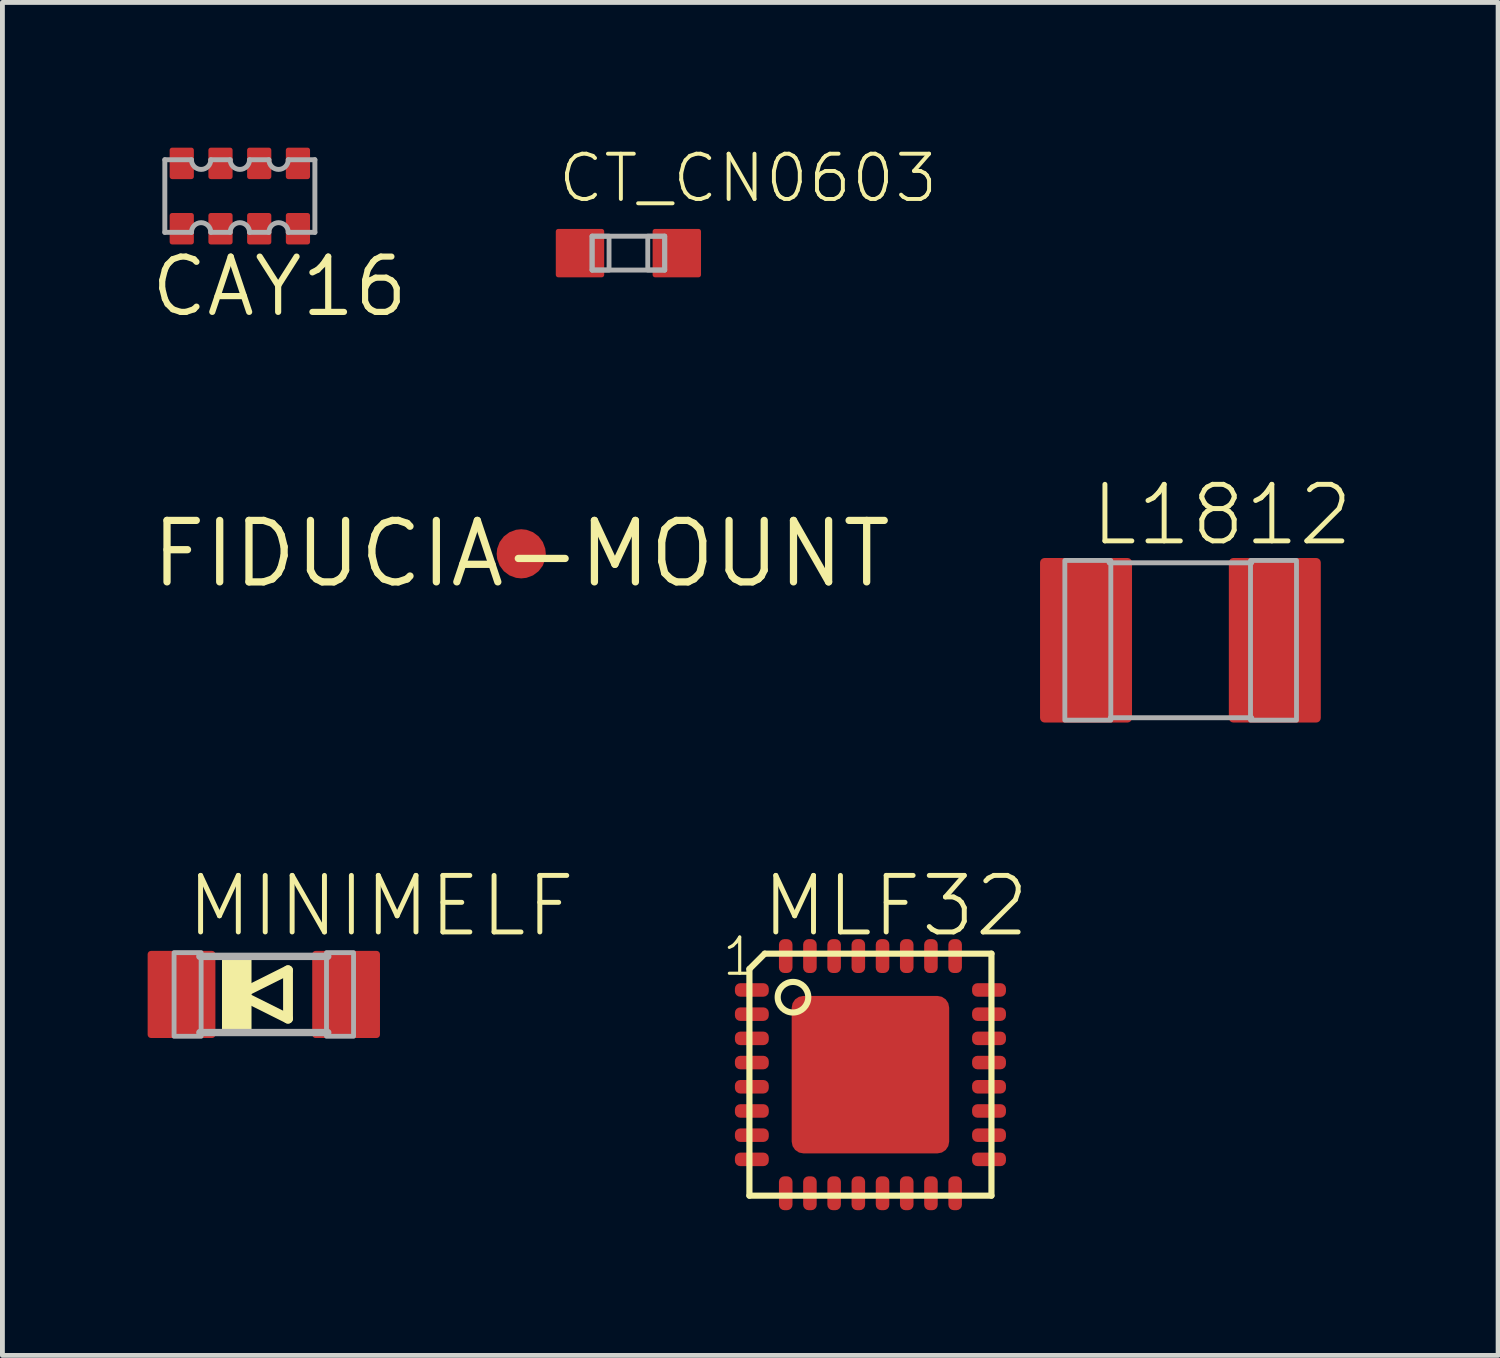
<source format=kicad_pcb>
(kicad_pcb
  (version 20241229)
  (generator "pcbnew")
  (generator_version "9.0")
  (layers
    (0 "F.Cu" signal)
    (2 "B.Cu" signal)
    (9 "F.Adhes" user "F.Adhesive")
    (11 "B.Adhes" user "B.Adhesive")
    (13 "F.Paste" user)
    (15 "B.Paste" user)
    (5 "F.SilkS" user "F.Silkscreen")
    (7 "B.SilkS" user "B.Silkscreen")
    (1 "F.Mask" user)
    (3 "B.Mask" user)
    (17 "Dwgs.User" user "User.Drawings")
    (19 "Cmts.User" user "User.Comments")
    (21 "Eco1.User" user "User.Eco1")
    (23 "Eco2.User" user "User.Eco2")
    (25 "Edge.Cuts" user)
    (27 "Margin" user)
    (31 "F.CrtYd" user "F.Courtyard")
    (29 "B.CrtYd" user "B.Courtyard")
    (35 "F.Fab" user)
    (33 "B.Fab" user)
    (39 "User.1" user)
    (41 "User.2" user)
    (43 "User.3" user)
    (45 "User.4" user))
  (footprint "MINIMELF"
    (layer "F.Cu")
    (at 2.4 17.494)
    (property "Reference" "MINIMELF" (at -1.651 -1.143 0) (layer "F.SilkS") (effects (font (size 1.168 1.168) (thickness 0.102)) (justify left bottom)))
    (fp_line (start -0.5 0) (end 0.5 0.5) (stroke (width 0.203) (type solid)) (layer "F.SilkS"))
    (fp_line (start 0.5 -0.5) (end -0.5 0) (stroke (width 0.203) (type solid)) (layer "F.SilkS"))
    (fp_line (start 0.5 0.5) (end 0.5 -0.5) (stroke (width 0.203) (type solid)) (layer "F.SilkS"))
    (fp_poly (pts (xy -0.864 0.787) (xy -0.254 0.787) (xy -0.254 -0.787) (xy -0.864 -0.787)) (stroke (width 0) (type solid)) (fill yes) (layer "F.SilkS"))
    (fp_line (start 1.321 -0.787) (end -1.321 -0.787) (stroke (width 0.152) (type solid)) (layer "F.Fab"))
    (fp_line (start 1.321 0.787) (end -1.321 0.787) (stroke (width 0.152) (type solid)) (layer "F.Fab"))
    (fp_poly (pts (xy -1.854 0.864) (xy -1.295 0.864) (xy -1.295 -0.864) (xy -1.854 -0.864)) (stroke (width 0.1) (type solid)) (fill no) (layer "F.Fab"))
    (fp_poly (pts (xy 1.295 0.864) (xy 1.854 0.864) (xy 1.854 -0.864) (xy 1.295 -0.864)) (stroke (width 0.1) (type solid)) (fill no) (layer "F.Fab"))
    (pad "A" smd roundrect (at 1.7 0) (size 1.4 1.8) (layers "F.Cu" "F.Mask" "F.Paste") (roundrect_rratio 0.05))
    (pad "C" smd roundrect (at -1.7 0) (size 1.4 1.8) (layers "F.Cu" "F.Mask" "F.Paste") (roundrect_rratio 0.05)))
  (footprint "L1812"
    (layer "F.Cu")
    (at 21.336 10.177)
    (property "Reference" "L1812" (at -1.905 -1.905 0) (layer "F.SilkS") (effects (font (size 1.168 1.168) (thickness 0.102)) (justify left bottom)))
    (fp_line (start -1.473 -1.6) (end 1.473 -1.6) (stroke (width 0.102) (type solid)) (layer "F.Fab"))
    (fp_line (start -1.448 1.6) (end 1.473 1.6) (stroke (width 0.102) (type solid)) (layer "F.Fab"))
    (fp_poly (pts (xy -2.388 1.651) (xy -1.438 1.651) (xy -1.438 -1.649) (xy -2.388 -1.649)) (stroke (width 0.1) (type solid)) (fill no) (layer "F.Fab"))
    (fp_poly (pts (xy 1.448 1.651) (xy 2.398 1.651) (xy 2.398 -1.649) (xy 1.448 -1.649)) (stroke (width 0.1) (type solid)) (fill no) (layer "F.Fab"))
    (pad "1" smd roundrect (at -1.95 0) (size 1.9 3.4) (layers "F.Cu" "F.Mask" "F.Paste") (roundrect_rratio 0.05))
    (pad "2" smd roundrect (at 1.95 0) (size 1.9 3.4) (layers "F.Cu" "F.Mask" "F.Paste") (roundrect_rratio 0.05)))
  (footprint "MLF32"
    (layer "F.Cu")
    (at 14.932 19.151)
    (property "Reference" "MLF32" (at -2.3 -2.8 0) (layer "F.SilkS") (effects (font (size 1.168 1.168) (thickness 0.102)) (justify left bottom)))
    (fp_poly (pts (xy 0.232 -1.313) (xy 0.456 -1.253) (xy 0.667 -1.155) (xy 0.857 -1.022) (xy 1.022 -0.857) (xy 1.155 -0.667) (xy 1.254 -0.454) (xy 1.334 -0.003) (xy 1.313 0.232) (xy 1.253 0.456) (xy 1.155 0.667) (xy 1.022 0.857) (xy 0.857 1.022) (xy 0.667 1.155) (xy 0.456 1.253) (xy 0.232 1.313) (xy 0 1.334) (xy -0.232 1.313) (xy -0.456 1.253) (xy -0.667 1.155) (xy -0.857 1.022) (xy -1.022 0.857) (xy -1.155 0.667) (xy -1.253 0.456) (xy -1.313 0.232) (xy -1.334 0) (xy -1.313 -0.232) (xy -1.253 -0.456) (xy -1.155 -0.667) (xy -1.022 -0.857) (xy -0.857 -1.022) (xy -0.667 -1.155) (xy -0.456 -1.253) (xy -0.232 -1.313) (xy 0 -1.334)) (stroke (width 0) (type solid)) (fill yes) (layer "F.Mask"))
    (fp_line (start -2.5 -2.183) (end -2.5 2.5) (stroke (width 0.127) (type solid)) (layer "F.SilkS"))
    (fp_line (start -2.5 2.5) (end 2.5 2.5) (stroke (width 0.127) (type solid)) (layer "F.SilkS"))
    (fp_line (start -2.183 -2.5) (end -2.5 -2.183) (stroke (width 0.127) (type solid)) (layer "F.SilkS"))
    (fp_line (start 2.5 -2.5) (end -2.183 -2.5) (stroke (width 0.127) (type solid)) (layer "F.SilkS"))
    (fp_line (start 2.5 2.5) (end 2.5 -2.5) (stroke (width 0.127) (type solid)) (layer "F.SilkS"))
    (fp_circle (center -1.6 -1.6) (end -1.284 -1.6) (stroke (width 0.127) (type solid)) (fill no) (layer "F.SilkS"))
    (fp_poly (pts (xy -0.635 0.635) (xy 0.635 0.635) (xy 0.635 -0.635) (xy -0.635 -0.635)) (stroke (width 0) (type solid)) (fill yes) (layer "F.Paste"))
    (fp_text user "1" (at -3.1 -2 0) (layer "F.SilkS") (effects (font (size 0.748 0.748) (thickness 0.065)) (justify left bottom)))
    (pad "1" smd roundrect (at -2.45 -1.75 90) (size 0.28 0.7) (layers "F.Cu" "F.Mask" "F.Paste") (roundrect_rratio 0.4))
    (pad "2" smd roundrect (at -2.45 -1.25 90) (size 0.28 0.7) (layers "F.Cu" "F.Mask" "F.Paste") (roundrect_rratio 0.4))
    (pad "3" smd roundrect (at -2.45 -0.75 90) (size 0.28 0.7) (layers "F.Cu" "F.Mask" "F.Paste") (roundrect_rratio 0.4))
    (pad "4" smd roundrect (at -2.45 -0.25 90) (size 0.28 0.7) (layers "F.Cu" "F.Mask" "F.Paste") (roundrect_rratio 0.4))
    (pad "5" smd roundrect (at -2.45 0.25 90) (size 0.28 0.7) (layers "F.Cu" "F.Mask" "F.Paste") (roundrect_rratio 0.4))
    (pad "6" smd roundrect (at -2.45 0.75 90) (size 0.28 0.7) (layers "F.Cu" "F.Mask" "F.Paste") (roundrect_rratio 0.4))
    (pad "7" smd roundrect (at -2.45 1.25 90) (size 0.28 0.7) (layers "F.Cu" "F.Mask" "F.Paste") (roundrect_rratio 0.4))
    (pad "8" smd roundrect (at -2.45 1.75 90) (size 0.28 0.7) (layers "F.Cu" "F.Mask" "F.Paste") (roundrect_rratio 0.4))
    (pad "9" smd roundrect (at -1.75 2.45 180) (size 0.28 0.7) (layers "F.Cu" "F.Mask" "F.Paste") (roundrect_rratio 0.4))
    (pad "10" smd roundrect (at -1.25 2.45 180) (size 0.28 0.7) (layers "F.Cu" "F.Mask" "F.Paste") (roundrect_rratio 0.4))
    (pad "11" smd roundrect (at -0.75 2.45 180) (size 0.28 0.7) (layers "F.Cu" "F.Mask" "F.Paste") (roundrect_rratio 0.4))
    (pad "12" smd roundrect (at -0.25 2.45 180) (size 0.28 0.7) (layers "F.Cu" "F.Mask" "F.Paste") (roundrect_rratio 0.4))
    (pad "13" smd roundrect (at 0.25 2.45 180) (size 0.28 0.7) (layers "F.Cu" "F.Mask" "F.Paste") (roundrect_rratio 0.4))
    (pad "14" smd roundrect (at 0.75 2.45 180) (size 0.28 0.7) (layers "F.Cu" "F.Mask" "F.Paste") (roundrect_rratio 0.4))
    (pad "15" smd roundrect (at 1.25 2.45 180) (size 0.28 0.7) (layers "F.Cu" "F.Mask" "F.Paste") (roundrect_rratio 0.4))
    (pad "16" smd roundrect (at 1.75 2.45 180) (size 0.28 0.7) (layers "F.Cu" "F.Mask" "F.Paste") (roundrect_rratio 0.4))
    (pad "17" smd roundrect (at 2.45 1.75 90) (size 0.28 0.7) (layers "F.Cu" "F.Mask" "F.Paste") (roundrect_rratio 0.4))
    (pad "18" smd roundrect (at 2.45 1.25 90) (size 0.28 0.7) (layers "F.Cu" "F.Mask" "F.Paste") (roundrect_rratio 0.4))
    (pad "19" smd roundrect (at 2.45 0.75 90) (size 0.28 0.7) (layers "F.Cu" "F.Mask" "F.Paste") (roundrect_rratio 0.4))
    (pad "20" smd roundrect (at 2.45 0.25 90) (size 0.28 0.7) (layers "F.Cu" "F.Mask" "F.Paste") (roundrect_rratio 0.4))
    (pad "21" smd roundrect (at 2.45 -0.25 90) (size 0.28 0.7) (layers "F.Cu" "F.Mask" "F.Paste") (roundrect_rratio 0.4))
    (pad "22" smd roundrect (at 2.45 -0.75 90) (size 0.28 0.7) (layers "F.Cu" "F.Mask" "F.Paste") (roundrect_rratio 0.4))
    (pad "23" smd roundrect (at 2.45 -1.25 90) (size 0.28 0.7) (layers "F.Cu" "F.Mask" "F.Paste") (roundrect_rratio 0.4))
    (pad "24" smd roundrect (at 2.45 -1.75 90) (size 0.28 0.7) (layers "F.Cu" "F.Mask" "F.Paste") (roundrect_rratio 0.4))
    (pad "25" smd roundrect (at 1.75 -2.45 180) (size 0.28 0.7) (layers "F.Cu" "F.Mask" "F.Paste") (roundrect_rratio 0.4))
    (pad "26" smd roundrect (at 1.25 -2.45 180) (size 0.28 0.7) (layers "F.Cu" "F.Mask" "F.Paste") (roundrect_rratio 0.4))
    (pad "27" smd roundrect (at 0.75 -2.45 180) (size 0.28 0.7) (layers "F.Cu" "F.Mask" "F.Paste") (roundrect_rratio 0.4))
    (pad "28" smd roundrect (at 0.25 -2.45 180) (size 0.28 0.7) (layers "F.Cu" "F.Mask" "F.Paste") (roundrect_rratio 0.4))
    (pad "29" smd roundrect (at -0.25 -2.45 180) (size 0.28 0.7) (layers "F.Cu" "F.Mask" "F.Paste") (roundrect_rratio 0.4))
    (pad "30" smd roundrect (at -0.75 -2.45 180) (size 0.28 0.7) (layers "F.Cu" "F.Mask" "F.Paste") (roundrect_rratio 0.4))
    (pad "31" smd roundrect (at -1.25 -2.45 180) (size 0.28 0.7) (layers "F.Cu" "F.Mask" "F.Paste") (roundrect_rratio 0.4))
    (pad "32" smd roundrect (at -1.75 -2.45 180) (size 0.28 0.7) (layers "F.Cu" "F.Mask" "F.Paste") (roundrect_rratio 0.4))
    (pad "33" smd roundrect (at 0 0 180) (size 3.254 3.254) (layers "F.Cu") (roundrect_rratio 0.075)))
  (footprint "CT_CN0603"
    (layer "F.Cu")
    (at 9.932 2.179)
    (property "Reference" "CT_CN0603" (at -1.5 -1 0) (layer "F.SilkS") (effects (font (size 0.935 0.935) (thickness 0.081)) (justify left bottom)))
    (fp_line (start -0.75 -0.35) (end 0.75 -0.35) (stroke (width 0.102) (type solid)) (layer "F.Fab"))
    (fp_line (start -0.75 0.35) (end -0.75 -0.35) (stroke (width 0.102) (type solid)) (layer "F.Fab"))
    (fp_line (start 0.75 -0.35) (end 0.75 0.35) (stroke (width 0.102) (type solid)) (layer "F.Fab"))
    (fp_line (start 0.75 0.35) (end -0.75 0.35) (stroke (width 0.102) (type solid)) (layer "F.Fab"))
    (fp_poly (pts (xy -0.75 0.35) (xy -0.4 0.35) (xy -0.4 -0.35) (xy -0.75 -0.35)) (stroke (width 0.1) (type solid)) (fill no) (layer "F.Fab"))
    (fp_poly (pts (xy 0.75 -0.35) (xy 0.4 -0.35) (xy 0.4 0.35) (xy 0.75 0.35)) (stroke (width 0.1) (type solid)) (fill no) (layer "F.Fab"))
    (pad "1" smd roundrect (at -1 0) (size 1 1) (layers "F.Cu" "F.Mask" "F.Paste") (roundrect_rratio 0.051))
    (pad "2" smd roundrect (at 1 0) (size 1 1) (layers "F.Cu" "F.Mask" "F.Paste") (roundrect_rratio 0.051)))
  (footprint "CAY16"
    (layer "F.Cu")
    (at 1.905 1)
    (property "Reference" "CAY16" (at -1.905 2.54 0) (layer "F.SilkS") (effects (font (size 1.143 1.143) (thickness 0.127)) (justify left bottom)))
    (fp_line (start -1.55 -0.75) (end -1 -0.75) (stroke (width 0.102) (type solid)) (layer "F.Fab"))
    (fp_line (start -1.55 0.75) (end -1.55 -0.75) (stroke (width 0.102) (type solid)) (layer "F.Fab"))
    (fp_line (start -1 0.75) (end -1.55 0.75) (stroke (width 0.102) (type solid)) (layer "F.Fab"))
    (fp_line (start -0.6 -0.75) (end -0.2 -0.75) (stroke (width 0.102) (type solid)) (layer "F.Fab"))
    (fp_line (start -0.2 0.75) (end -0.6 0.75) (stroke (width 0.102) (type solid)) (layer "F.Fab"))
    (fp_line (start 0.2 -0.75) (end 0.6 -0.75) (stroke (width 0.102) (type solid)) (layer "F.Fab"))
    (fp_line (start 0.6 0.75) (end 0.2 0.75) (stroke (width 0.102) (type solid)) (layer "F.Fab"))
    (fp_line (start 1 -0.75) (end 1.55 -0.75) (stroke (width 0.102) (type solid)) (layer "F.Fab"))
    (fp_line (start 1.55 -0.75) (end 1.55 0.75) (stroke (width 0.102) (type solid)) (layer "F.Fab"))
    (fp_line (start 1.55 0.75) (end 1 0.75) (stroke (width 0.102) (type solid)) (layer "F.Fab"))
    (fp_arc (start -1 0.75) (mid -0.8 0.55) (end -0.6 0.75) (stroke (width 0.1016) (type solid)) (layer "F.Fab"))
    (fp_arc (start -0.6 -0.75) (mid -0.8 -0.55) (end -1 -0.75) (stroke (width 0.1016) (type solid)) (layer "F.Fab"))
    (fp_arc (start -0.2 0.75) (mid 0 0.55) (end 0.2 0.75) (stroke (width 0.1016) (type solid)) (layer "F.Fab"))
    (fp_arc (start 0.2 -0.75) (mid 0 -0.55) (end -0.2 -0.75) (stroke (width 0.1016) (type solid)) (layer "F.Fab"))
    (fp_arc (start 0.6 0.75) (mid 0.8 0.55) (end 1 0.75) (stroke (width 0.1016) (type solid)) (layer "F.Fab"))
    (fp_arc (start 1 -0.75) (mid 0.8 -0.55) (end 0.6 -0.75) (stroke (width 0.1016) (type solid)) (layer "F.Fab"))
    (pad "1" smd roundrect (at -1.2 0.675) (size 0.5 0.65) (layers "F.Cu" "F.Mask" "F.Paste") (roundrect_rratio 0.102))
    (pad "2" smd roundrect (at -0.4 0.675) (size 0.5 0.65) (layers "F.Cu" "F.Mask" "F.Paste") (roundrect_rratio 0.102))
    (pad "3" smd roundrect (at 0.4 0.675) (size 0.5 0.65) (layers "F.Cu" "F.Mask" "F.Paste") (roundrect_rratio 0.102))
    (pad "4" smd roundrect (at 1.2 0.675) (size 0.5 0.65) (layers "F.Cu" "F.Mask" "F.Paste") (roundrect_rratio 0.102))
    (pad "5" smd roundrect (at 1.2 -0.675) (size 0.5 0.65) (layers "F.Cu" "F.Mask" "F.Paste") (roundrect_rratio 0.102))
    (pad "6" smd roundrect (at 0.4 -0.675) (size 0.5 0.65) (layers "F.Cu" "F.Mask" "F.Paste") (roundrect_rratio 0.102))
    (pad "7" smd roundrect (at -0.4 -0.675) (size 0.5 0.65) (layers "F.Cu" "F.Mask" "F.Paste") (roundrect_rratio 0.102))
    (pad "8" smd roundrect (at -1.2 -0.675) (size 0.5 0.65) (layers "F.Cu" "F.Mask" "F.Paste") (roundrect_rratio 0.102)))
  (footprint "FIDUCIA-MOUNT"
    (layer "F.Cu")
    (at 7.718 8.391)
    (property "Reference" "FIDUCIA-MOUNT" (at 0 0 0) (layer "F.SilkS") (effects (font (size 1.27 1.27) (thickness 0.15))))
    (fp_circle (center 0 0) (end 0.5 0) (stroke (width 2.184) (type solid)) (fill no) (layer "F.Mask"))
    (pad "P$1" smd roundrect (at 0 0) (size 1.016 1.016) (layers "F.Cu" "F.Mask" "F.Paste") (roundrect_rratio 0.5))
    (zone (net_name "") (layer "F.Cu") (hatch edge 0.508) (connect_pads) (min_thickness 0.254) (filled_areas_thickness no) (keepout (tracks not_allowed) (vias not_allowed) (pads not_allowed) (copperpour not_allowed) (footprints allowed)) (placement (enabled no)) (fill) (polygon (pts (xy 9.281 8.391) (xy 9.258 8.12) (xy 9.187 7.857) (xy 9.072 7.61) (xy 8.916 7.386) (xy 8.723 7.194) (xy 8.5 7.037) (xy 8.253 6.922) (xy 7.989 6.852) (xy 7.718 6.828) (xy 7.447 6.852) (xy 7.183 6.922) (xy 6.936 7.037) (xy 6.713 7.194) (xy 6.52 7.386) (xy 6.364 7.61) (xy 6.249 7.857) (xy 6.178 8.12) (xy 6.154 8.391) (xy 6.178 8.663) (xy 6.249 8.926) (xy 6.364 9.173) (xy 6.52 9.396) (xy 6.713 9.589) (xy 6.936 9.745) (xy 7.183 9.86) (xy 7.447 9.931) (xy 7.718 9.955) (xy 7.989 9.931) (xy 8.253 9.86) (xy 8.5 9.745) (xy 8.723 9.589) (xy 8.916 9.396) (xy 9.072 9.173) (xy 9.187 8.926) (xy 9.258 8.663))) (polygon (pts (xy 9.154 8.391) (xy 9.133 8.142) (xy 9.068 7.9) (xy 8.962 7.673) (xy 8.818 7.468) (xy 8.641 7.291) (xy 8.436 7.147) (xy 8.209 7.041) (xy 7.967 6.977) (xy 7.718 6.955) (xy 7.469 6.977) (xy 7.227 7.041) (xy 7 7.147) (xy 6.795 7.291) (xy 6.618 7.468) (xy 6.474 7.673) (xy 6.368 7.9) (xy 6.303 8.142) (xy 6.281 8.391) (xy 6.303 8.641) (xy 6.368 8.883) (xy 6.474 9.11) (xy 6.618 9.315) (xy 6.795 9.492) (xy 7 9.635) (xy 7.227 9.741) (xy 7.469 9.806) (xy 7.718 9.828) (xy 7.967 9.806) (xy 8.209 9.741) (xy 8.436 9.635) (xy 8.641 9.492) (xy 8.818 9.315) (xy 8.962 9.11) (xy 9.068 8.883) (xy 9.133 8.641)))))
  (gr_rect
    (start -3 -3)
    (end 27.899 24.951)
    (stroke (width 0.1) (type default))
    (fill no)
    (layer "Edge.Cuts")))
</source>
